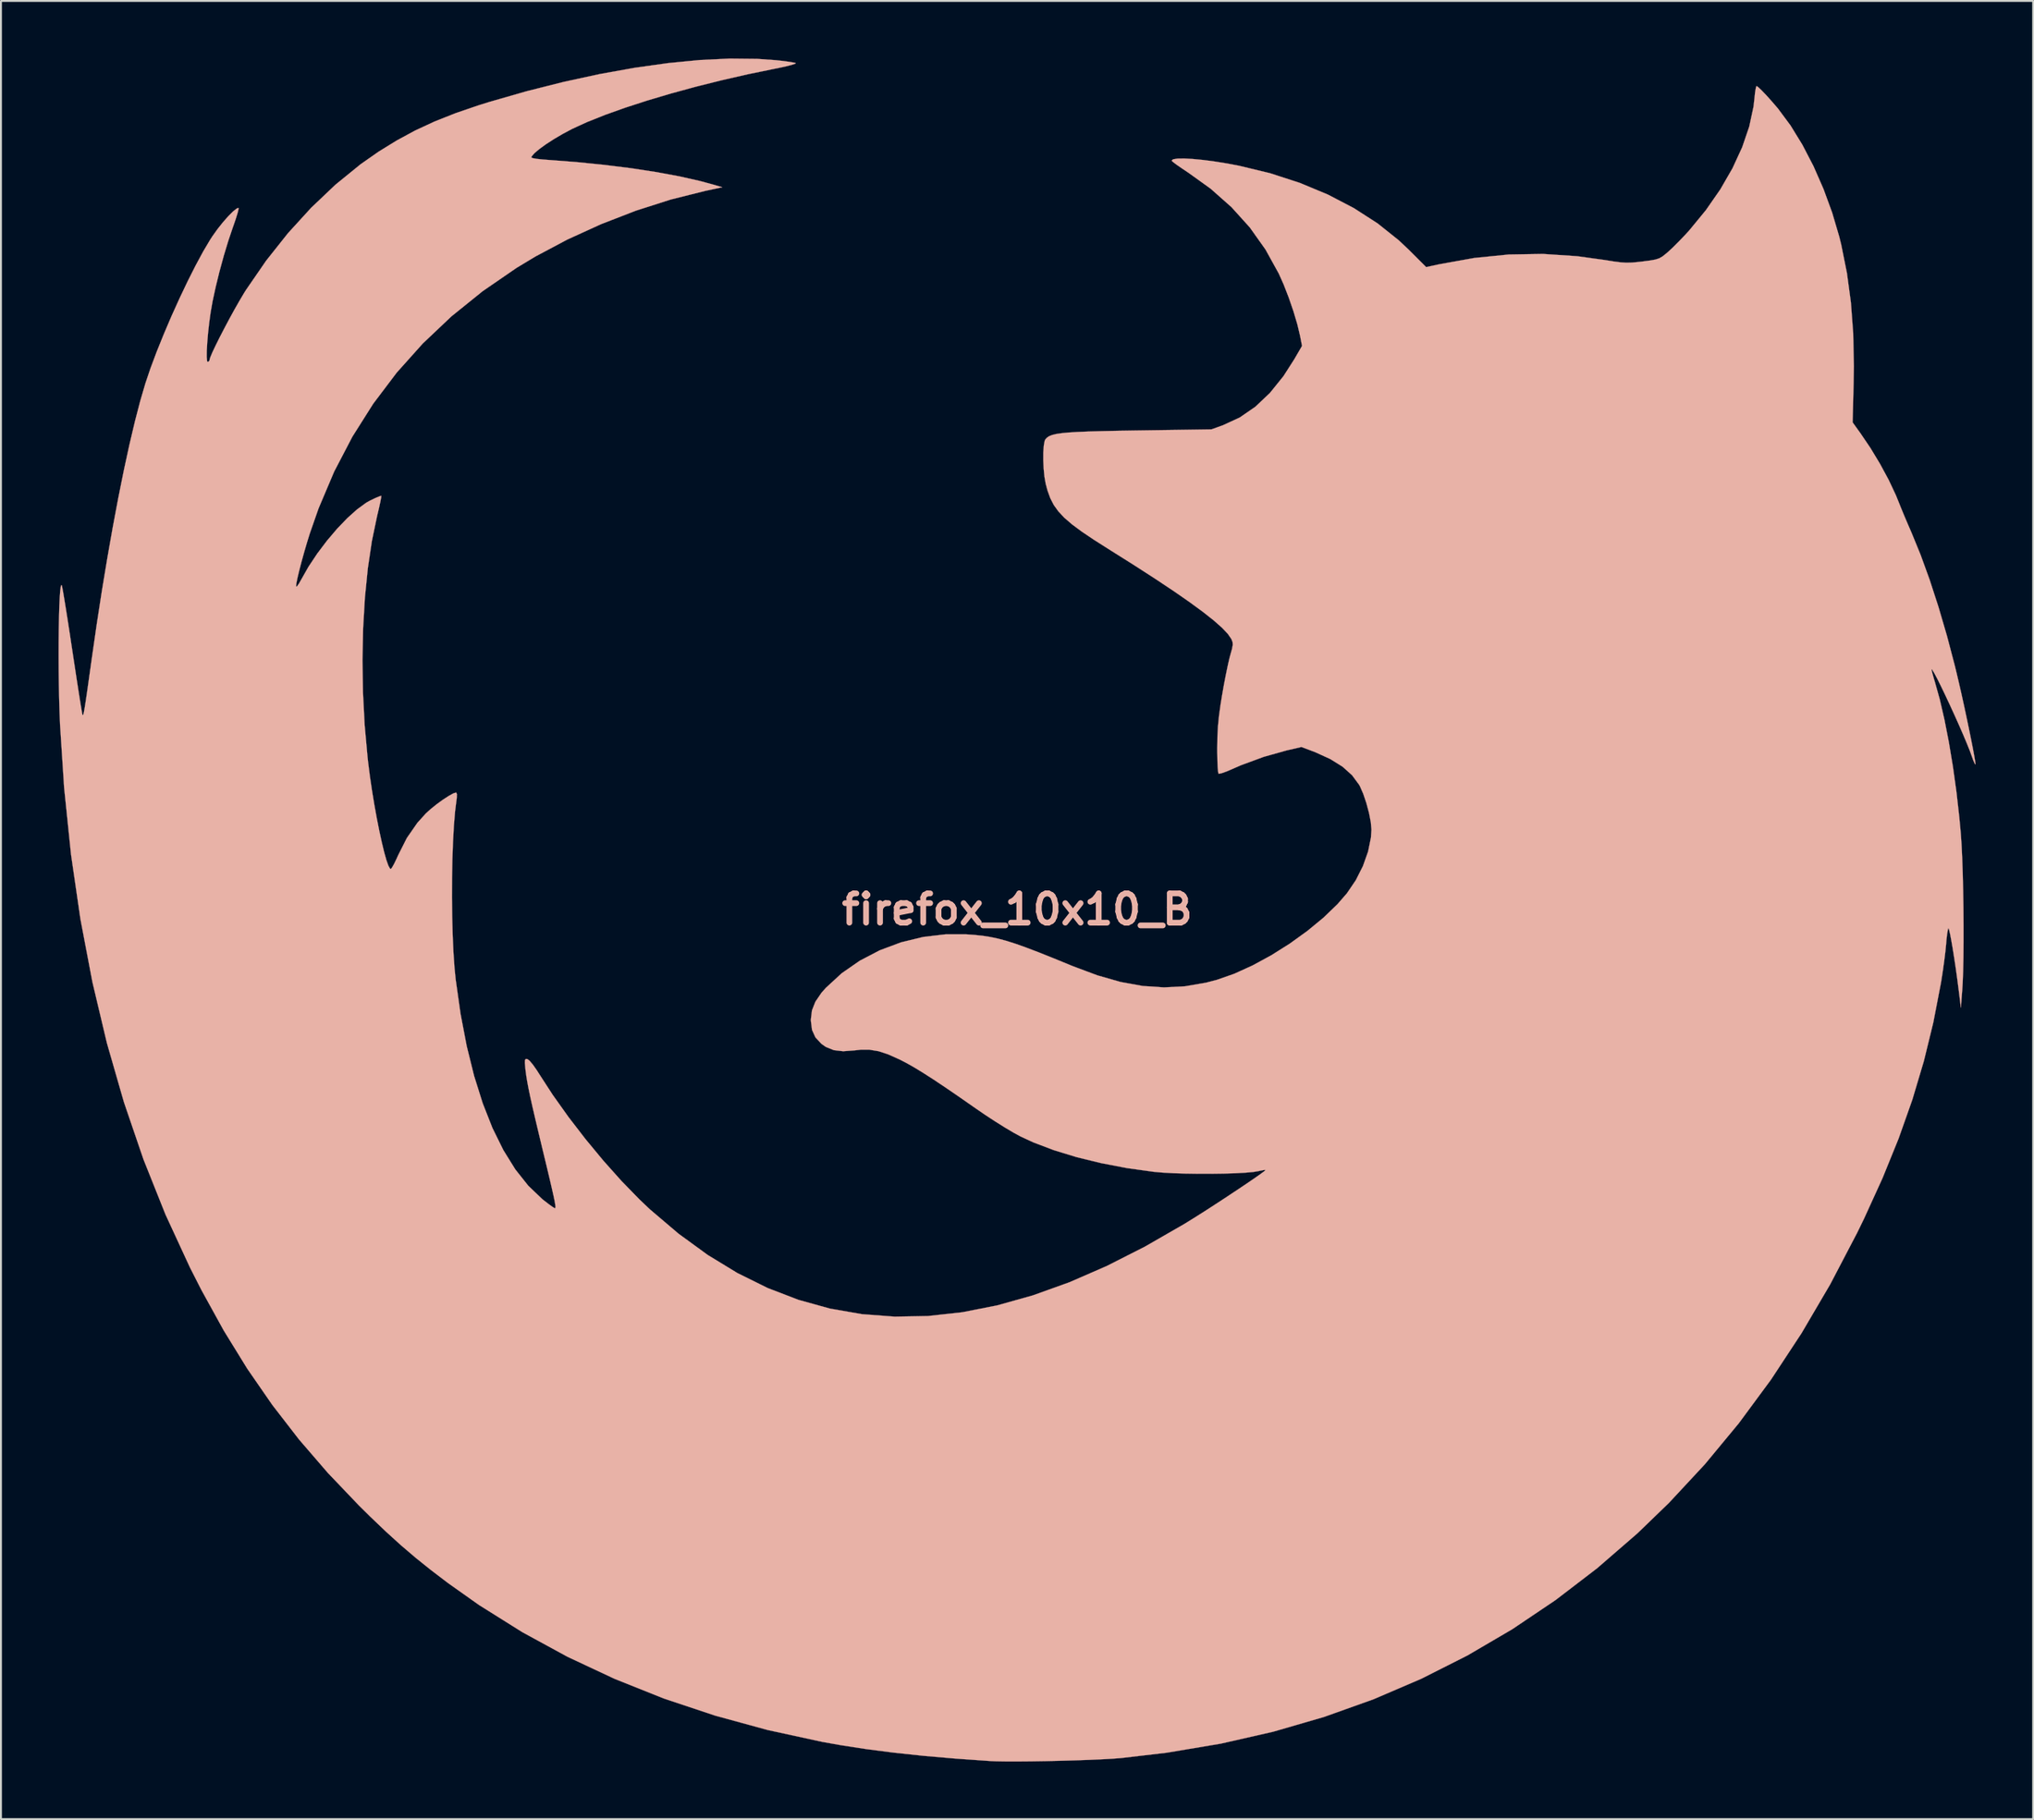
<source format=kicad_pcb>
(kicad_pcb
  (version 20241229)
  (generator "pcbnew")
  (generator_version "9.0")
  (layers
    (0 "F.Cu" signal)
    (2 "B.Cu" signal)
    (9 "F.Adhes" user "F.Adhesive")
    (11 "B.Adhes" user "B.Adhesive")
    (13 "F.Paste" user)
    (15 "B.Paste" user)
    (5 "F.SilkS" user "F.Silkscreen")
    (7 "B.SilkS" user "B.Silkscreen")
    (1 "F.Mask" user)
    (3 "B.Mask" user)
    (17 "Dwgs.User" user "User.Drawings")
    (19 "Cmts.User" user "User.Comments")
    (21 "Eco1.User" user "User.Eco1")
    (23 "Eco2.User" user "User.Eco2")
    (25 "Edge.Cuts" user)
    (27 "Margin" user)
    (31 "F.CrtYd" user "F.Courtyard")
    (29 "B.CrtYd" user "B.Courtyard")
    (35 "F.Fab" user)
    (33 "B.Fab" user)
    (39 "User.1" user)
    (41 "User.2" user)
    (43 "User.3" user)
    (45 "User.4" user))
  (footprint "firefox_10x10_B"
    (layer "F.Cu")
    (at 49.946 44.362)
    (property "Reference" "firefox_10x10_B" (at 0 0 0) (layer "B.SilkS") (effects (font (size 1.524 1.524) (thickness 0.3))))
    (attr through_hole)
    (fp_poly (pts (xy -13.541 -44.342) (xy -12.567 -44.273) (xy -12.181 -44.23) (xy -11.853 -44.185) (xy -11.623 -44.146) (xy -11.535 -44.121) (xy -11.576 -44.086) (xy -11.757 -44.027) (xy -12.054 -43.952) (xy -12.441 -43.867) (xy -12.678 -43.82) (xy -14.04 -43.54) (xy -15.403 -43.228) (xy -16.744 -42.892) (xy -18.043 -42.537) (xy -19.28 -42.169) (xy -20.432 -41.795) (xy -21.48 -41.421) (xy -22.402 -41.053) (xy -23.177 -40.698) (xy -23.19 -40.691) (xy -23.67 -40.436) (xy -24.13 -40.166) (xy -24.546 -39.897) (xy -24.894 -39.645) (xy -25.152 -39.428) (xy -25.294 -39.262) (xy -25.315 -39.2) (xy -25.237 -39.166) (xy -25.025 -39.129) (xy -24.717 -39.096) (xy -24.49 -39.079) (xy -22.98 -38.963) (xy -21.514 -38.816) (xy -20.114 -38.641) (xy -18.802 -38.44) (xy -17.599 -38.217) (xy -16.528 -37.975) (xy -15.873 -37.798) (xy -15.367 -37.65) (xy -16.256 -37.46) (xy -18.042 -37.013) (xy -19.861 -36.431) (xy -21.671 -35.73) (xy -23.432 -34.927) (xy -25.1 -34.04) (xy -26.084 -33.447) (xy -27.849 -32.233) (xy -29.478 -30.918) (xy -30.972 -29.502) (xy -32.329 -27.985) (xy -33.551 -26.367) (xy -34.636 -24.649) (xy -35.585 -22.83) (xy -36.398 -20.911) (xy -36.856 -19.6) (xy -37.007 -19.114) (xy -37.154 -18.61) (xy -37.29 -18.117) (xy -37.408 -17.665) (xy -37.499 -17.282) (xy -37.556 -16.997) (xy -37.572 -16.839) (xy -37.57 -16.825) (xy -37.52 -16.845) (xy -37.42 -16.987) (xy -37.303 -17.194) (xy -36.919 -17.871) (xy -36.465 -18.554) (xy -35.963 -19.219) (xy -35.436 -19.841) (xy -34.904 -20.396) (xy -34.389 -20.858) (xy -33.914 -21.204) (xy -33.705 -21.321) (xy -33.435 -21.449) (xy -33.231 -21.535) (xy -33.134 -21.561) (xy -33.131 -21.56) (xy -33.139 -21.471) (xy -33.181 -21.25) (xy -33.251 -20.929) (xy -33.343 -20.541) (xy -33.355 -20.489) (xy -33.622 -19.205) (xy -33.833 -17.787) (xy -33.985 -16.261) (xy -34.079 -14.654) (xy -34.113 -12.991) (xy -34.086 -11.299) (xy -33.998 -9.604) (xy -33.847 -7.932) (xy -33.817 -7.662) (xy -33.725 -6.941) (xy -33.617 -6.206) (xy -33.497 -5.477) (xy -33.37 -4.771) (xy -33.239 -4.11) (xy -33.109 -3.511) (xy -32.984 -2.993) (xy -32.867 -2.577) (xy -32.762 -2.281) (xy -32.675 -2.125) (xy -32.64 -2.105) (xy -32.575 -2.177) (xy -32.466 -2.37) (xy -32.33 -2.651) (xy -32.261 -2.808) (xy -31.799 -3.724) (xy -31.253 -4.511) (xy -30.813 -5) (xy -30.557 -5.233) (xy -30.25 -5.48) (xy -29.928 -5.714) (xy -29.627 -5.911) (xy -29.382 -6.047) (xy -29.233 -6.096) (xy -29.193 -6.019) (xy -29.199 -5.805) (xy -29.216 -5.685) (xy -29.289 -5.096) (xy -29.349 -4.367) (xy -29.395 -3.526) (xy -29.428 -2.604) (xy -29.446 -1.629) (xy -29.449 -0.629) (xy -29.438 0.365) (xy -29.413 1.326) (xy -29.373 2.225) (xy -29.318 3.032) (xy -29.258 3.639) (xy -29.003 5.441) (xy -28.682 7.123) (xy -28.296 8.68) (xy -27.848 10.106) (xy -27.34 11.398) (xy -26.773 12.548) (xy -26.15 13.553) (xy -25.473 14.407) (xy -24.744 15.104) (xy -24.679 15.156) (xy -24.424 15.354) (xy -24.219 15.502) (xy -24.1 15.575) (xy -24.087 15.579) (xy -24.065 15.563) (xy -24.057 15.506) (xy -24.068 15.393) (xy -24.099 15.208) (xy -24.155 14.937) (xy -24.239 14.565) (xy -24.352 14.076) (xy -24.5 13.455) (xy -24.685 12.688) (xy -24.723 12.531) (xy -24.937 11.638) (xy -25.114 10.891) (xy -25.258 10.27) (xy -25.372 9.757) (xy -25.46 9.333) (xy -25.527 8.978) (xy -25.577 8.675) (xy -25.613 8.403) (xy -25.627 8.283) (xy -25.651 8.002) (xy -25.646 7.852) (xy -25.602 7.799) (xy -25.522 7.802) (xy -25.408 7.887) (xy -25.237 8.089) (xy -25.033 8.38) (xy -24.929 8.544) (xy -24.204 9.663) (xy -23.382 10.819) (xy -22.492 11.975) (xy -21.562 13.099) (xy -20.619 14.156) (xy -19.692 15.11) (xy -19.135 15.639) (xy -17.643 16.908) (xy -16.126 18.014) (xy -14.58 18.957) (xy -13.005 19.737) (xy -11.399 20.355) (xy -9.761 20.81) (xy -8.09 21.102) (xy -6.384 21.231) (xy -4.642 21.198) (xy -2.862 21.002) (xy -1.043 20.644) (xy 0.816 20.122) (xy 2.717 19.439) (xy 4.661 18.592) (xy 6.649 17.583) (xy 8.684 16.412) (xy 9.186 16.102) (xy 9.625 15.825) (xy 10.103 15.518) (xy 10.599 15.195) (xy 11.095 14.868) (xy 11.57 14.552) (xy 12.004 14.26) (xy 12.378 14.004) (xy 12.671 13.798) (xy 12.865 13.655) (xy 12.938 13.59) (xy 12.938 13.587) (xy 12.845 13.587) (xy 12.649 13.624) (xy 12.571 13.643) (xy 12.297 13.688) (xy 11.883 13.725) (xy 11.36 13.753) (xy 10.757 13.772) (xy 10.103 13.781) (xy 9.428 13.781) (xy 8.762 13.771) (xy 8.134 13.751) (xy 7.574 13.72) (xy 7.112 13.679) (xy 5.725 13.486) (xy 4.378 13.228) (xy 3.097 12.915) (xy 1.911 12.552) (xy 0.844 12.147) (xy 0.169 11.834) (xy -0.193 11.637) (xy -0.65 11.365) (xy -1.161 11.044) (xy -1.684 10.701) (xy -2.119 10.403) (xy -2.972 9.808) (xy -3.705 9.305) (xy -4.334 8.884) (xy -4.874 8.537) (xy -5.34 8.251) (xy -5.748 8.019) (xy -6.113 7.83) (xy -6.122 7.826) (xy -6.713 7.56) (xy -7.22 7.392) (xy -7.689 7.314) (xy -8.165 7.314) (xy -8.468 7.348) (xy -9.067 7.393) (xy -9.557 7.336) (xy -9.968 7.17) (xy -10.198 7.009) (xy -10.511 6.675) (xy -10.69 6.282) (xy -10.751 5.793) (xy -10.751 5.739) (xy -10.693 5.263) (xy -10.515 4.812) (xy -10.202 4.352) (xy -9.973 4.092) (xy -9.143 3.328) (xy -8.199 2.672) (xy -7.162 2.132) (xy -6.054 1.717) (xy -4.898 1.436) (xy -3.717 1.297) (xy -2.655 1.299) (xy -2.207 1.332) (xy -1.794 1.376) (xy -1.396 1.439) (xy -0.99 1.525) (xy -0.558 1.641) (xy -0.078 1.794) (xy 0.471 1.99) (xy 1.11 2.234) (xy 1.859 2.533) (xy 2.738 2.894) (xy 2.89 2.956) (xy 4.177 3.438) (xy 5.386 3.783) (xy 6.537 3.992) (xy 7.649 4.066) (xy 8.739 4.009) (xy 9.828 3.822) (xy 10.406 3.671) (xy 11.311 3.354) (xy 12.266 2.919) (xy 13.241 2.388) (xy 14.202 1.782) (xy 15.118 1.121) (xy 15.957 0.429) (xy 16.687 -0.275) (xy 17.179 -0.843) (xy 17.64 -1.523) (xy 18.012 -2.261) (xy 18.281 -3.019) (xy 18.43 -3.753) (xy 18.456 -4.16) (xy 18.422 -4.549) (xy 18.328 -5.03) (xy 18.192 -5.541) (xy 18.029 -6.024) (xy 17.857 -6.419) (xy 17.813 -6.499) (xy 17.444 -6.998) (xy 16.949 -7.442) (xy 16.314 -7.838) (xy 15.526 -8.197) (xy 15.369 -8.257) (xy 14.806 -8.469) (xy 14.028 -8.288) (xy 12.846 -7.956) (xy 11.661 -7.519) (xy 11.207 -7.321) (xy 10.904 -7.192) (xy 10.658 -7.104) (xy 10.511 -7.071) (xy 10.491 -7.074) (xy 10.466 -7.17) (xy 10.445 -7.406) (xy 10.43 -7.749) (xy 10.422 -8.171) (xy 10.421 -8.407) (xy 10.431 -9.009) (xy 10.459 -9.55) (xy 10.513 -10.091) (xy 10.596 -10.693) (xy 10.675 -11.176) (xy 10.769 -11.71) (xy 10.87 -12.234) (xy 10.968 -12.706) (xy 11.054 -13.083) (xy 11.101 -13.259) (xy 11.19 -13.578) (xy 11.229 -13.787) (xy 11.22 -13.935) (xy 11.167 -14.074) (xy 11.15 -14.108) (xy 10.969 -14.37) (xy 10.667 -14.688) (xy 10.239 -15.066) (xy 9.682 -15.507) (xy 8.993 -16.013) (xy 8.168 -16.586) (xy 7.203 -17.229) (xy 6.096 -17.944) (xy 4.841 -18.735) (xy 4.741 -18.798) (xy 3.983 -19.28) (xy 3.36 -19.7) (xy 2.856 -20.074) (xy 2.455 -20.42) (xy 2.143 -20.753) (xy 1.903 -21.089) (xy 1.721 -21.445) (xy 1.579 -21.837) (xy 1.482 -22.202) (xy 1.42 -22.555) (xy 1.379 -22.969) (xy 1.359 -23.405) (xy 1.36 -23.819) (xy 1.384 -24.172) (xy 1.429 -24.422) (xy 1.465 -24.503) (xy 1.545 -24.591) (xy 1.655 -24.667) (xy 1.809 -24.73) (xy 2.02 -24.783) (xy 2.302 -24.826) (xy 2.67 -24.862) (xy 3.137 -24.891) (xy 3.718 -24.915) (xy 4.426 -24.935) (xy 5.274 -24.953) (xy 6.278 -24.97) (xy 6.308 -24.97) (xy 10.118 -25.027) (xy 10.733 -25.248) (xy 11.595 -25.647) (xy 12.407 -26.207) (xy 13.167 -26.927) (xy 13.873 -27.804) (xy 14.434 -28.68) (xy 14.839 -29.378) (xy 14.736 -29.908) (xy 14.595 -30.501) (xy 14.392 -31.183) (xy 14.147 -31.897) (xy 13.88 -32.584) (xy 13.629 -33.147) (xy 12.935 -34.404) (xy 12.116 -35.557) (xy 11.164 -36.612) (xy 10.073 -37.578) (xy 8.923 -38.404) (xy 8.588 -38.628) (xy 8.311 -38.82) (xy 8.121 -38.963) (xy 8.044 -39.035) (xy 8.043 -39.037) (xy 8.123 -39.107) (xy 8.348 -39.143) (xy 8.699 -39.148) (xy 9.155 -39.123) (xy 9.697 -39.07) (xy 10.304 -38.99) (xy 10.956 -38.885) (xy 11.547 -38.773) (xy 13.176 -38.38) (xy 14.726 -37.876) (xy 16.185 -37.268) (xy 17.54 -36.561) (xy 18.776 -35.764) (xy 19.879 -34.883) (xy 20.368 -34.421) (xy 21.305 -33.486) (xy 21.977 -33.632) (xy 23.817 -33.963) (xy 25.611 -34.143) (xy 27.389 -34.173) (xy 29.181 -34.053) (xy 30.607 -33.856) (xy 31.08 -33.78) (xy 31.439 -33.734) (xy 31.737 -33.715) (xy 32.027 -33.722) (xy 32.361 -33.753) (xy 32.581 -33.779) (xy 32.977 -33.831) (xy 33.25 -33.88) (xy 33.449 -33.945) (xy 33.618 -34.042) (xy 33.805 -34.191) (xy 33.908 -34.279) (xy 34.159 -34.511) (xy 34.473 -34.825) (xy 34.804 -35.172) (xy 35.014 -35.402) (xy 35.878 -36.454) (xy 36.631 -37.538) (xy 37.265 -38.638) (xy 37.77 -39.735) (xy 38.138 -40.813) (xy 38.361 -41.853) (xy 38.408 -42.266) (xy 38.44 -42.576) (xy 38.477 -42.808) (xy 38.511 -42.921) (xy 38.518 -42.926) (xy 38.609 -42.865) (xy 38.784 -42.699) (xy 39.02 -42.452) (xy 39.292 -42.15) (xy 39.578 -41.818) (xy 39.642 -41.741) (xy 40.286 -40.873) (xy 40.904 -39.866) (xy 41.482 -38.753) (xy 42.004 -37.562) (xy 42.457 -36.326) (xy 42.826 -35.075) (xy 42.928 -34.66) (xy 43.226 -33.176) (xy 43.433 -31.643) (xy 43.553 -30.035) (xy 43.588 -28.32) (xy 43.574 -27.407) (xy 43.523 -25.392) (xy 43.931 -24.824) (xy 44.453 -24.053) (xy 44.952 -23.225) (xy 45.402 -22.391) (xy 45.774 -21.601) (xy 45.926 -21.228) (xy 46.039 -20.944) (xy 46.199 -20.556) (xy 46.387 -20.113) (xy 46.581 -19.666) (xy 46.591 -19.643) (xy 47.065 -18.484) (xy 47.537 -17.183) (xy 47.997 -15.766) (xy 48.438 -14.261) (xy 48.85 -12.693) (xy 48.938 -12.331) (xy 49.057 -11.826) (xy 49.185 -11.266) (xy 49.316 -10.674) (xy 49.445 -10.073) (xy 49.568 -9.487) (xy 49.68 -8.938) (xy 49.776 -8.451) (xy 49.852 -8.047) (xy 49.903 -7.751) (xy 49.923 -7.586) (xy 49.921 -7.559) (xy 49.878 -7.612) (xy 49.804 -7.786) (xy 49.737 -7.974) (xy 49.63 -8.269) (xy 49.475 -8.655) (xy 49.283 -9.111) (xy 49.065 -9.612) (xy 48.83 -10.137) (xy 48.59 -10.661) (xy 48.355 -11.163) (xy 48.136 -11.619) (xy 47.943 -12.007) (xy 47.787 -12.302) (xy 47.679 -12.484) (xy 47.634 -12.531) (xy 47.642 -12.456) (xy 47.692 -12.259) (xy 47.773 -11.975) (xy 47.804 -11.874) (xy 48.062 -10.952) (xy 48.308 -9.888) (xy 48.537 -8.714) (xy 48.746 -7.457) (xy 48.929 -6.146) (xy 49.08 -4.81) (xy 49.157 -3.979) (xy 49.197 -3.393) (xy 49.231 -2.682) (xy 49.259 -1.876) (xy 49.28 -1.006) (xy 49.295 -0.103) (xy 49.302 0.804) (xy 49.302 1.684) (xy 49.295 2.506) (xy 49.279 3.241) (xy 49.255 3.857) (xy 49.234 4.191) (xy 49.163 5.122) (xy 49.054 4.236) (xy 48.979 3.657) (xy 48.899 3.079) (xy 48.816 2.527) (xy 48.736 2.024) (xy 48.661 1.594) (xy 48.597 1.26) (xy 48.546 1.045) (xy 48.512 0.975) (xy 48.512 0.975) (xy 48.481 1.07) (xy 48.445 1.294) (xy 48.41 1.608) (xy 48.395 1.793) (xy 48.358 2.173) (xy 48.298 2.661) (xy 48.223 3.202) (xy 48.14 3.737) (xy 48.121 3.849) (xy 47.725 5.901) (xy 47.231 7.919) (xy 46.632 9.926) (xy 45.918 11.946) (xy 45.083 14.003) (xy 44.117 16.122) (xy 43.764 16.848) (xy 42.355 19.545) (xy 40.858 22.098) (xy 39.272 24.511) (xy 37.594 26.787) (xy 35.822 28.929) (xy 33.953 30.94) (xy 32.315 32.523) (xy 30.22 34.34) (xy 28.046 36.006) (xy 25.793 37.524) (xy 23.461 38.891) (xy 21.049 40.11) (xy 18.558 41.179) (xy 15.987 42.098) (xy 13.336 42.869) (xy 10.605 43.491) (xy 7.793 43.963) (xy 5.419 44.241) (xy 4.978 44.275) (xy 4.411 44.307) (xy 3.747 44.336) (xy 3.016 44.362) (xy 2.248 44.384) (xy 1.474 44.402) (xy 0.723 44.414) (xy 0.026 44.42) (xy -0.588 44.419) (xy -1.088 44.411) (xy -1.397 44.398) (xy -3.213 44.27) (xy -4.88 44.126) (xy -6.419 43.962) (xy -7.849 43.778) (xy -9.191 43.571) (xy -10.16 43.398) (xy -13.001 42.78) (xy -15.751 42.027) (xy -18.408 41.139) (xy -20.968 40.117) (xy -23.428 38.964) (xy -25.784 37.679) (xy -28.035 36.266) (xy -29.651 35.121) (xy -30.528 34.453) (xy -31.335 33.806) (xy -32.108 33.146) (xy -32.885 32.441) (xy -33.705 31.658) (xy -34.294 31.076) (xy -35.915 29.376) (xy -37.414 27.637) (xy -38.806 25.836) (xy -40.109 23.95) (xy -41.337 21.956) (xy -42.508 19.83) (xy -43.098 18.669) (xy -44.375 15.902) (xy -45.522 13.028) (xy -46.539 10.048) (xy -47.426 6.966) (xy -48.181 3.784) (xy -48.805 0.503) (xy -49.296 -2.873) (xy -49.654 -6.343) (xy -49.868 -9.652) (xy -49.894 -10.317) (xy -49.915 -11.027) (xy -49.929 -11.765) (xy -49.938 -12.513) (xy -49.941 -13.254) (xy -49.939 -13.972) (xy -49.932 -14.65) (xy -49.92 -15.27) (xy -49.904 -15.816) (xy -49.883 -16.27) (xy -49.858 -16.616) (xy -49.829 -16.836) (xy -49.796 -16.914) (xy -49.776 -16.888) (xy -49.749 -16.769) (xy -49.701 -16.502) (xy -49.635 -16.106) (xy -49.553 -15.601) (xy -49.459 -15.006) (xy -49.356 -14.339) (xy -49.248 -13.622) (xy -49.23 -13.504) (xy -49.121 -12.783) (xy -49.019 -12.111) (xy -48.926 -11.508) (xy -48.845 -10.993) (xy -48.779 -10.585) (xy -48.731 -10.304) (xy -48.705 -10.167) (xy -48.703 -10.16) (xy -48.686 -10.128) (xy -48.667 -10.135) (xy -48.645 -10.197) (xy -48.616 -10.328) (xy -48.578 -10.543) (xy -48.529 -10.857) (xy -48.466 -11.285) (xy -48.387 -11.842) (xy -48.289 -12.541) (xy -48.213 -13.081) (xy -47.956 -14.863) (xy -47.687 -16.607) (xy -47.407 -18.297) (xy -47.121 -19.921) (xy -46.831 -21.462) (xy -46.54 -22.907) (xy -46.25 -24.241) (xy -45.964 -25.45) (xy -45.686 -26.519) (xy -45.418 -27.432) (xy -45.154 -28.215) (xy -44.831 -29.077) (xy -44.463 -29.989) (xy -44.064 -30.924) (xy -43.645 -31.851) (xy -43.221 -32.743) (xy -42.804 -33.57) (xy -42.408 -34.304) (xy -42.045 -34.916) (xy -41.922 -35.105) (xy -41.659 -35.473) (xy -41.378 -35.827) (xy -41.102 -36.14) (xy -40.856 -36.386) (xy -40.664 -36.539) (xy -40.57 -36.576) (xy -40.57 -36.502) (xy -40.621 -36.299) (xy -40.714 -35.996) (xy -40.842 -35.624) (xy -40.867 -35.555) (xy -41.102 -34.859) (xy -41.339 -34.076) (xy -41.563 -33.254) (xy -41.762 -32.444) (xy -41.923 -31.697) (xy -42.025 -31.115) (xy -42.099 -30.571) (xy -42.158 -30.042) (xy -42.199 -29.555) (xy -42.223 -29.134) (xy -42.226 -28.807) (xy -42.209 -28.598) (xy -42.173 -28.533) (xy -42.087 -28.6) (xy -42.079 -28.645) (xy -42.039 -28.785) (xy -41.929 -29.047) (xy -41.76 -29.404) (xy -41.547 -29.832) (xy -41.303 -30.304) (xy -41.042 -30.795) (xy -40.776 -31.28) (xy -40.518 -31.733) (xy -40.283 -32.129) (xy -40.176 -32.3) (xy -39.128 -33.823) (xy -37.991 -35.256) (xy -36.781 -36.583) (xy -35.514 -37.787) (xy -34.206 -38.851) (xy -33.274 -39.503) (xy -32.326 -40.088) (xy -31.368 -40.607) (xy -30.362 -41.074) (xy -29.273 -41.507) (xy -28.065 -41.921) (xy -27.517 -42.092) (xy -25.559 -42.655) (xy -23.632 -43.141) (xy -21.752 -43.55) (xy -19.932 -43.877) (xy -18.186 -44.122) (xy -16.53 -44.283) (xy -14.977 -44.357) (xy -13.541 -44.342)) (stroke (width 0.01) (type solid)) (fill yes) (layer "B.SilkS")))
  (gr_rect
    (start -3 -3)
    (end 102.874 91.787)
    (stroke (width 0.1) (type default))
    (fill no)
    (layer "Edge.Cuts")))
</source>
